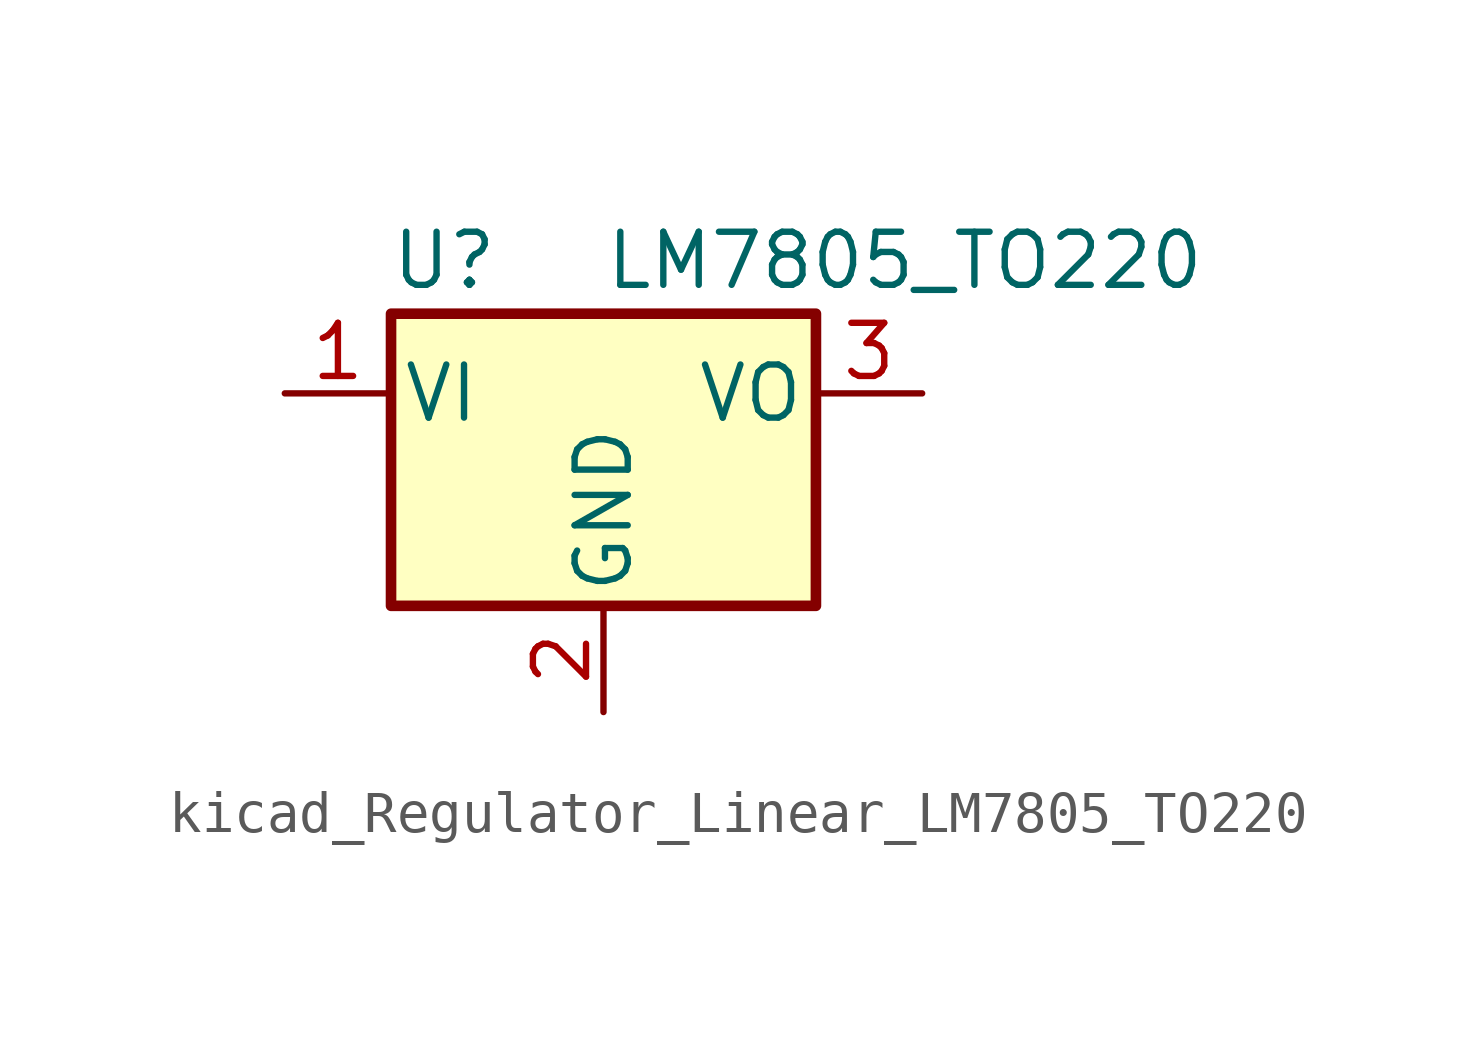
<source format=kicad_sym>
(kicad_symbol_lib
  (version 20220914)
  (generator kicad_symbol_editor)
  (symbol "kicad_Regulator_Linear_LM7805_TO220"
    (pin_names
      (offset 0.254))
    (property "Reference" "U"
      (at -3.81 3.175 0)
      (effects (font (size 1.27 1.27))))
    (property "Value" "LM7805_TO220"
      (at 0 3.175 0)
      (effects (font (size 1.27 1.27)) (justify left)))
    (symbol "kicad_Regulator_Linear_LM7805_TO220_0_1"
      (rectangle (start -5.08 1.905) (end 5.08 -5.08) (stroke (width 0.254) (type default)) (fill (type background))))
    (symbol "kicad_Regulator_Linear_LM7805_TO220_1_1"
      (pin power_in line (at -7.62 0 0) (length 2.54) (name "VI" (effects (font (size 1.27 1.27)))) (number "1" (effects (font (size 1.27 1.27)))))
      (pin power_in line (at 0 -7.62 90) (length 2.54) (name "GND" (effects (font (size 1.27 1.27)))) (number "2" (effects (font (size 1.27 1.27)))))
      (pin power_out line (at 7.62 0 180) (length 2.54) (name "VO" (effects (font (size 1.27 1.27)))) (number "3" (effects (font (size 1.27 1.27))))))))
</source>
